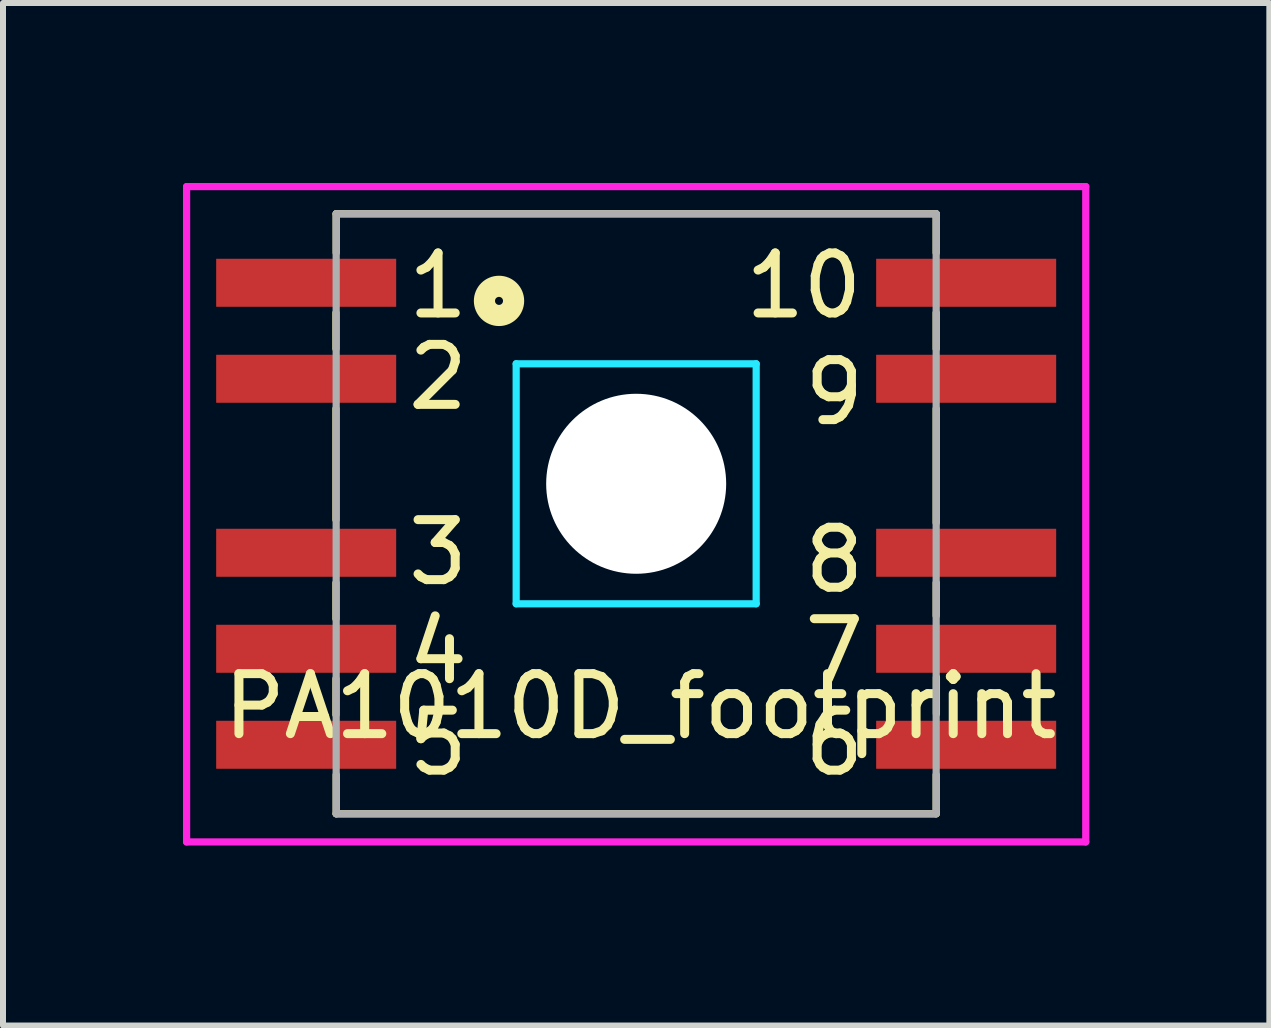
<source format=kicad_pcb>
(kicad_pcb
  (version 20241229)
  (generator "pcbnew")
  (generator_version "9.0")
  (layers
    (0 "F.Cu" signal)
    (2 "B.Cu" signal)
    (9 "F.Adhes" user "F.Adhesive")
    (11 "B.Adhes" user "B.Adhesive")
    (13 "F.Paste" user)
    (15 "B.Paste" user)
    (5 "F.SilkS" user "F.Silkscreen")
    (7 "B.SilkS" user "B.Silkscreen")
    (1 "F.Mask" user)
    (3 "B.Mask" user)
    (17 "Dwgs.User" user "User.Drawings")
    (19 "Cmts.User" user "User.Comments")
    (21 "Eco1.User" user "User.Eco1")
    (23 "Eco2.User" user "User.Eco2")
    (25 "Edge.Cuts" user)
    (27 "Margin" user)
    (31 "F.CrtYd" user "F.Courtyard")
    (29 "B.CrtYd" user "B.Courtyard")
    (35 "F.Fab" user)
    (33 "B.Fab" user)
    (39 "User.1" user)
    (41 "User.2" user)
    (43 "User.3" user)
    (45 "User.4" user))
  (footprint "PA1010D_footprint"
    (layer "F.Cu")
    (at 7.553 5.013)
    (property "Reference" "PA1010D_footprint" (at 0.07 3.71 0) (layer "F.SilkS") (effects (font (size 1 1) (thickness 0.15))))
    (attr through_hole)
    (fp_line (start -5.004 -2.85) (end -5.004 -2.25) (stroke (width 0.12) (type solid)) (layer "F.SilkS"))
    (fp_line (start -5.004 -1.25) (end -5.004 0.6) (stroke (width 0.12) (type solid)) (layer "F.SilkS"))
    (fp_line (start -5.004 1.651) (end -5.004 2.251) (stroke (width 0.12) (type solid)) (layer "F.SilkS"))
    (fp_line (start -5.004 3.25) (end -5.004 3.85) (stroke (width 0.12) (type solid)) (layer "F.SilkS"))
    (fp_line (start -5 -4.5) (end -5 -3.85) (stroke (width 0.12) (type solid)) (layer "F.SilkS"))
    (fp_line (start -5 -4.5) (end 5 -4.5) (stroke (width 0.12) (type solid)) (layer "F.SilkS"))
    (fp_line (start -5 5.5) (end -5 4.85) (stroke (width 0.12) (type solid)) (layer "F.SilkS"))
    (fp_line (start -5 5.5) (end 5 5.5) (stroke (width 0.12) (type solid)) (layer "F.SilkS"))
    (fp_line (start 5 -4.5) (end 5 -3.85) (stroke (width 0.12) (type solid)) (layer "F.SilkS"))
    (fp_line (start 5 -2.85) (end 5 -2.25) (stroke (width 0.12) (type solid)) (layer "F.SilkS"))
    (fp_line (start 5 -1.25) (end 5 0.65) (stroke (width 0.12) (type solid)) (layer "F.SilkS"))
    (fp_line (start 5 1.65) (end 5 2.2) (stroke (width 0.12) (type solid)) (layer "F.SilkS"))
    (fp_line (start 5 5.5) (end 5 4.85) (stroke (width 0.12) (type solid)) (layer "F.SilkS"))
    (fp_line (start 5.004 3.226) (end 5.004 3.835) (stroke (width 0.12) (type solid)) (layer "F.SilkS"))
    (fp_circle (center -2.286 -3.048) (end -2.159 -3.048) (stroke (width 0.12) (type solid)) (fill no) (layer "F.SilkS"))
    (fp_circle (center -2.286 -3.048) (end -2.159 -2.921) (stroke (width 0.12) (type solid)) (fill no) (layer "F.SilkS"))
    (fp_circle (center -2.286 -3.048) (end -2.032 -3.048) (stroke (width 0.12) (type solid)) (fill no) (layer "F.SilkS"))
    (fp_circle (center -2.286 -3.048) (end -2.032 -2.794) (stroke (width 0.12) (type solid)) (fill no) (layer "F.SilkS"))
    (fp_line (start -2 -2) (end 2 -2) (stroke (width 0.12) (type solid)) (layer "B.CrtYd"))
    (fp_line (start -2 2) (end -2 -2) (stroke (width 0.12) (type solid)) (layer "B.CrtYd"))
    (fp_line (start 2 -2) (end 2 2) (stroke (width 0.12) (type solid)) (layer "B.CrtYd"))
    (fp_line (start 2 2) (end -2 2) (stroke (width 0.12) (type solid)) (layer "B.CrtYd"))
    (fp_line (start -7.493 -4.953) (end -7.493 5.969) (stroke (width 0.12) (type solid)) (layer "F.CrtYd"))
    (fp_line (start -7.493 5.969) (end 7.493 5.969) (stroke (width 0.12) (type solid)) (layer "F.CrtYd"))
    (fp_line (start 7.493 -4.953) (end -7.493 -4.953) (stroke (width 0.12) (type solid)) (layer "F.CrtYd"))
    (fp_line (start 7.493 5.969) (end 7.493 -4.953) (stroke (width 0.12) (type solid)) (layer "F.CrtYd"))
    (fp_line (start -5 -4.5) (end 5 -4.5) (stroke (width 0.12) (type solid)) (layer "F.Fab"))
    (fp_line (start -5 5.5) (end -5 -4.5) (stroke (width 0.12) (type solid)) (layer "F.Fab"))
    (fp_line (start 5 -4.5) (end 5 5.5) (stroke (width 0.12) (type solid)) (layer "F.Fab"))
    (fp_line (start 5 5.5) (end -5 5.5) (stroke (width 0.12) (type solid)) (layer "F.Fab"))
    (fp_text user "10" (at 2.794 -3.302 0) (layer "F.SilkS") (effects (font (size 1 1) (thickness 0.15))))
    (fp_text user "7" (at 3.302 2.794 0) (layer "F.SilkS") (effects (font (size 1 1) (thickness 0.15))))
    (fp_text user "1" (at -3.302 -3.302 0) (layer "F.SilkS") (effects (font (size 1 1) (thickness 0.15))))
    (fp_text user "6" (at 3.302 4.318 0) (layer "F.SilkS") (effects (font (size 1 1) (thickness 0.15))))
    (fp_text user "2" (at -3.302 -1.778 0) (layer "F.SilkS") (effects (font (size 1 1) (thickness 0.15))))
    (fp_text user "8" (at 3.302 1.27 0) (layer "F.SilkS") (effects (font (size 1 1) (thickness 0.15))))
    (fp_text user "5" (at -3.302 4.318 0) (layer "F.SilkS") (effects (font (size 1 1) (thickness 0.15))))
    (fp_text user "3" (at -3.302 1.143 0) (layer "F.SilkS") (effects (font (size 1 1) (thickness 0.15))))
    (fp_text user "9" (at 3.302 -1.524 0) (layer "F.SilkS") (effects (font (size 1 1) (thickness 0.15))))
    (fp_text user "4" (at -3.302 2.794 0) (layer "F.SilkS") (effects (font (size 1 1) (thickness 0.15))))
    (pad "" np_thru_hole circle (at 0 0) (size 3 3) (drill 3) (layers "*.Cu" "*.Mask"))
    (pad "1" smd rect (at -5.5 -3.35) (size 3 0.8) (layers "F.Cu" "F.Mask" "F.Paste"))
    (pad "2" smd rect (at -5.5 -1.75) (size 3 0.8) (layers "F.Cu" "F.Mask" "F.Paste"))
    (pad "3" smd rect (at -5.5 1.15) (size 3 0.8) (layers "F.Cu" "F.Mask" "F.Paste"))
    (pad "4" smd rect (at -5.5 2.75) (size 3 0.8) (layers "F.Cu" "F.Mask" "F.Paste"))
    (pad "5" smd rect (at -5.5 4.35) (size 3 0.8) (layers "F.Cu" "F.Mask" "F.Paste"))
    (pad "6" smd rect (at 5.5 4.35) (size 3 0.8) (layers "F.Cu" "F.Mask" "F.Paste"))
    (pad "7" smd rect (at 5.5 2.75) (size 3 0.8) (layers "F.Cu" "F.Mask" "F.Paste"))
    (pad "8" smd rect (at 5.5 1.15) (size 3 0.8) (layers "F.Cu" "F.Mask" "F.Paste"))
    (pad "9" smd rect (at 5.5 -1.75) (size 3 0.8) (layers "F.Cu" "F.Mask" "F.Paste"))
    (pad "10" smd rect (at 5.5 -3.35) (size 3 0.8) (layers "F.Cu" "F.Mask" "F.Paste")))
  (gr_rect
    (start -3 -3)
    (end 18.106 14.042)
    (stroke (width 0.1) (type default))
    (fill no)
    (layer "Edge.Cuts")))
</source>
